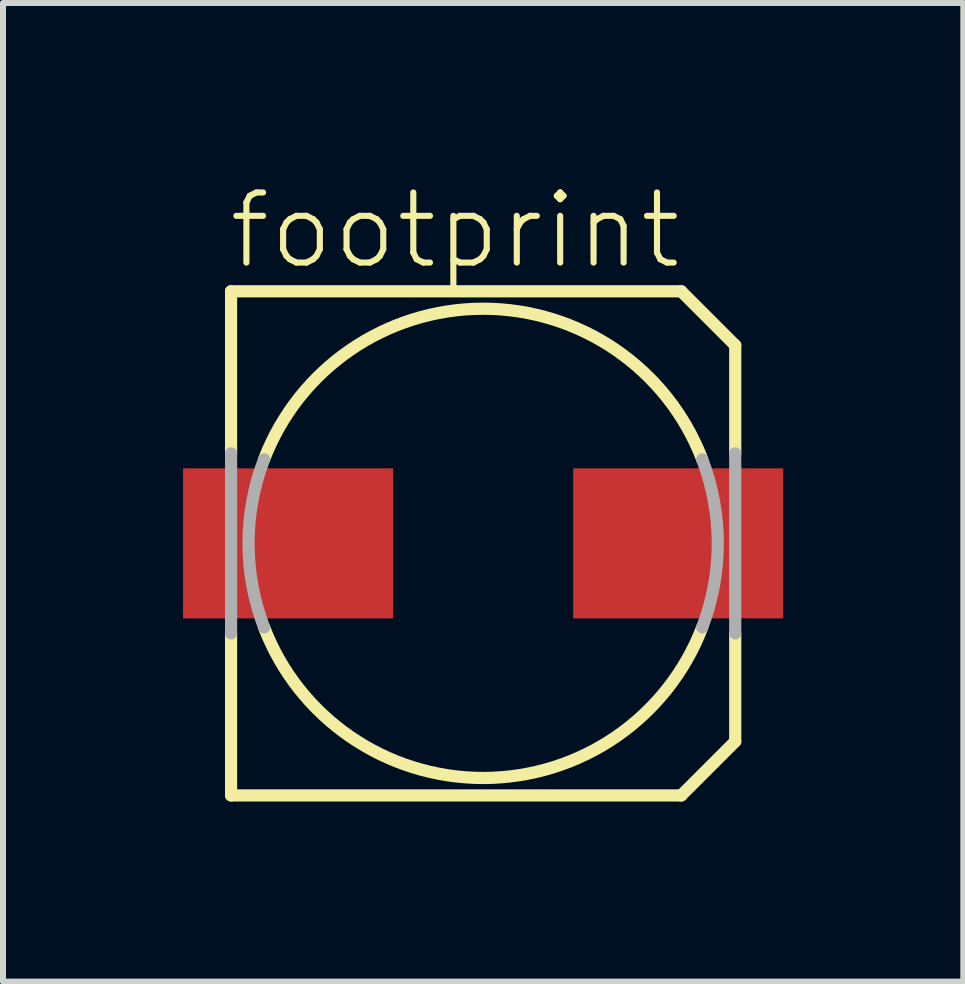
<source format=kicad_pcb>
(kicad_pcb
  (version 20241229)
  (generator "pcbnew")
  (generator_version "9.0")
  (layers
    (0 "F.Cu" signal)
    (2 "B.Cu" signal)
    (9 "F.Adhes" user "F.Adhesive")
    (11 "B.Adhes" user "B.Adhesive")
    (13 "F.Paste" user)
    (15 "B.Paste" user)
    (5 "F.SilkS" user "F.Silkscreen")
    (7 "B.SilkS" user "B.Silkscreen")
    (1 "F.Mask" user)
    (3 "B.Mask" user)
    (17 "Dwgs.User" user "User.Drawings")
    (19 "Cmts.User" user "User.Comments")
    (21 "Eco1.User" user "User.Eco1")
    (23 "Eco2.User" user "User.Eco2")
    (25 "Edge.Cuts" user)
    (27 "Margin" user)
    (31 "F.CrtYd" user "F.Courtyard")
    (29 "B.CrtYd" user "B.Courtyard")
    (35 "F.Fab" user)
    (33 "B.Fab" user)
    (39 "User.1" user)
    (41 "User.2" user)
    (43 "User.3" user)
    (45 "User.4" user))
  (footprint "footprint"
    (layer "F.Cu")
    (at 5 6.003)
    (property "Reference" "footprint" (at -4.29 -4.53 0) (layer "F.SilkS") (effects (font (size 1.168 1.168) (thickness 0.102)) (justify left bottom)))
    (fp_line (start -4.2 -4.2) (end 3.3 -4.2) (stroke (width 0.203) (type solid)) (layer "F.SilkS"))
    (fp_line (start -4.2 -1.5) (end -4.2 -4.2) (stroke (width 0.203) (type solid)) (layer "F.SilkS"))
    (fp_line (start -4.2 4.2) (end -4.2 1.5) (stroke (width 0.203) (type solid)) (layer "F.SilkS"))
    (fp_line (start 3.3 -4.2) (end 4.2 -3.3) (stroke (width 0.203) (type solid)) (layer "F.SilkS"))
    (fp_line (start 3.3 4.2) (end -4.2 4.2) (stroke (width 0.203) (type solid)) (layer "F.SilkS"))
    (fp_line (start 4.2 -3.3) (end 4.2 -1.5) (stroke (width 0.203) (type solid)) (layer "F.SilkS"))
    (fp_line (start 4.2 1.5) (end 4.2 3.3) (stroke (width 0.203) (type solid)) (layer "F.SilkS"))
    (fp_line (start 4.2 3.3) (end 3.3 4.2) (stroke (width 0.203) (type solid)) (layer "F.SilkS"))
    (fp_arc (start -3.65 -1.4) (mid 0 -3.909284) (end 3.65 -1.4) (stroke (width 0.2032) (type solid)) (layer "F.SilkS"))
    (fp_arc (start 3.65 1.4) (mid 0 3.909284) (end -3.65 1.4) (stroke (width 0.2032) (type solid)) (layer "F.SilkS"))
    (fp_line (start -4.2 1.5) (end -4.2 -1.5) (stroke (width 0.203) (type solid)) (layer "F.Fab"))
    (fp_line (start 4.2 -1.5) (end 4.2 1.5) (stroke (width 0.203) (type solid)) (layer "F.Fab"))
    (fp_arc (start -3.65 1.4) (mid -3.909284 0) (end -3.65 -1.4) (stroke (width 0.2032) (type solid)) (layer "F.Fab"))
    (fp_arc (start 3.65 -1.4) (mid 3.909284 0) (end 3.65 1.4) (stroke (width 0.2032) (type solid)) (layer "F.Fab"))
    (pad "+" smd rect (at 3.25 0) (size 3.5 2.5) (layers "F.Cu" "F.Mask" "F.Paste"))
    (pad "-" smd rect (at -3.25 0) (size 3.5 2.5) (layers "F.Cu" "F.Mask" "F.Paste")))
  (gr_rect
    (start -3 -3)
    (end 13 13.305)
    (stroke (width 0.1) (type default))
    (fill no)
    (layer "Edge.Cuts")))
</source>
